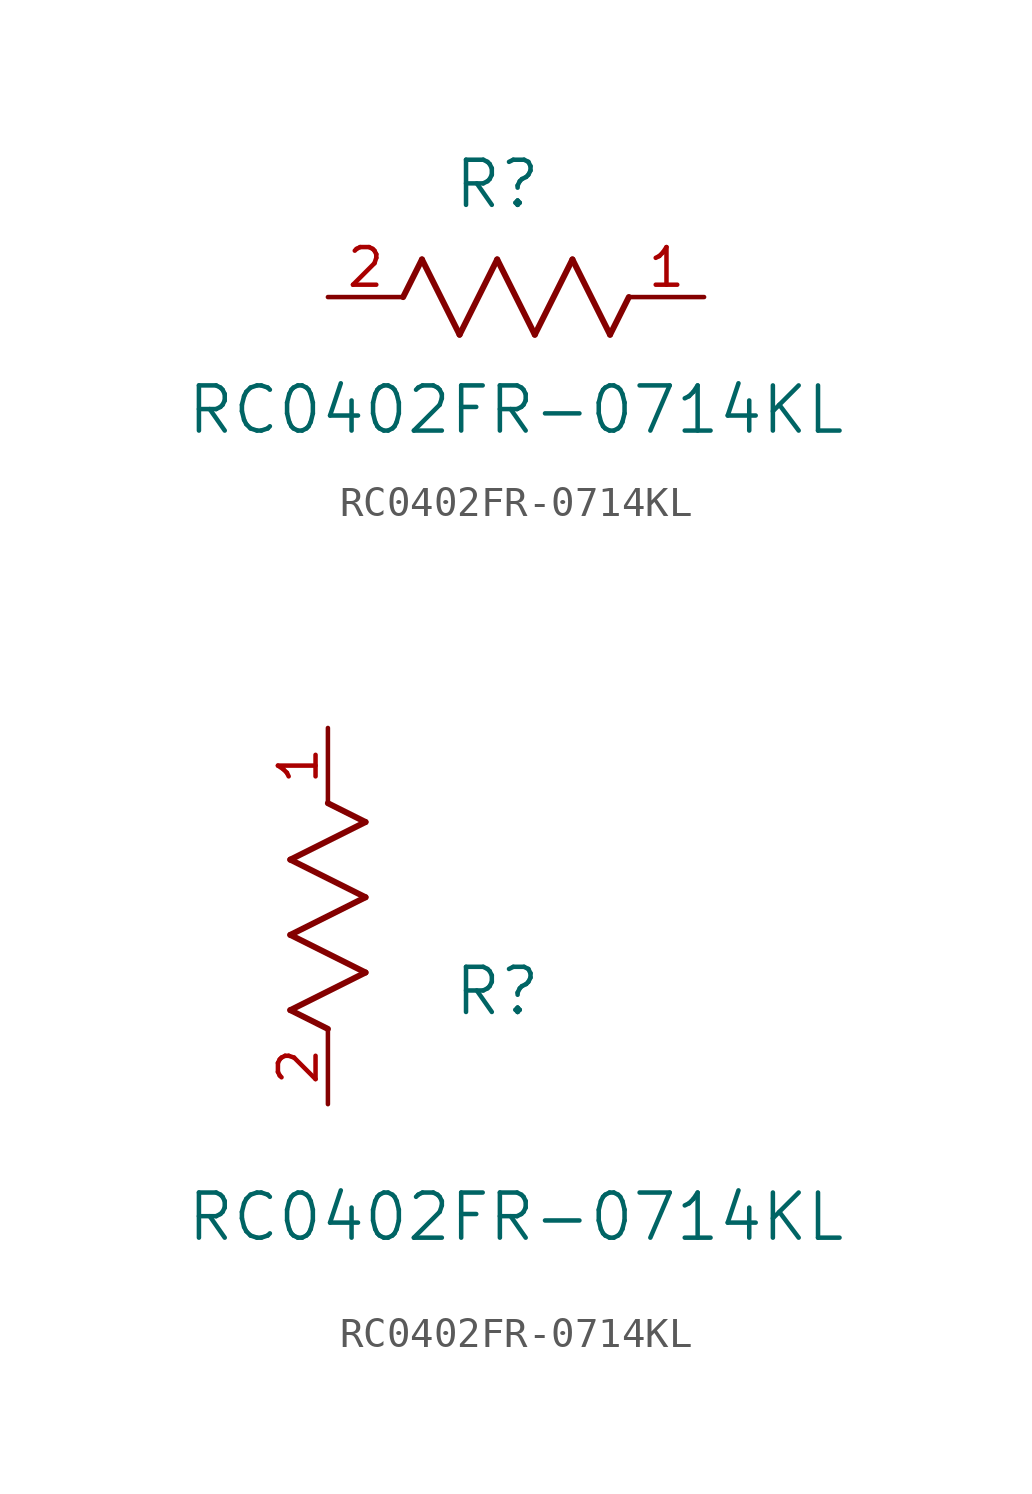
<source format=kicad_sym>
(kicad_symbol_lib
  (version 20211014)
  (generator kicad_symbol_editor)
  (symbol "RC0402FR-0714KL"
    (pin_names
      (offset 0.254))
    (property "Reference" "R"
      (at 5.715 3.81 0)
      (effects (font (size 1.524 1.524))))
    (property "Value" "RC0402FR-0714KL"
      (at 6.35 -3.81 0)
      (effects (font (size 1.524 1.524))))
    (symbol "RC0402FR-0714KL_1_1"
      (polyline (pts (xy 3.175 1.27) (xy 4.445 -1.27)) (stroke (width 0.203) (type default) (color 0 0 0 0)) (fill (type none)))
      (polyline (pts (xy 4.445 -1.27) (xy 5.715 1.27)) (stroke (width 0.203) (type default) (color 0 0 0 0)) (fill (type none)))
      (polyline (pts (xy 5.715 1.27) (xy 6.985 -1.27)) (stroke (width 0.203) (type default) (color 0 0 0 0)) (fill (type none)))
      (polyline (pts (xy 6.985 -1.27) (xy 8.255 1.27)) (stroke (width 0.203) (type default) (color 0 0 0 0)) (fill (type none)))
      (polyline (pts (xy 8.255 1.27) (xy 9.525 -1.27)) (stroke (width 0.203) (type default) (color 0 0 0 0)) (fill (type none)))
      (polyline (pts (xy 2.54 0) (xy 3.175 1.27)) (stroke (width 0.203) (type default) (color 0 0 0 0)) (fill (type none)))
      (polyline (pts (xy 9.525 -1.27) (xy 10.16 0)) (stroke (width 0.203) (type default) (color 0 0 0 0)) (fill (type none)))
      (pin unspecified line (at 12.7 0 180) (length 2.54) (name "" (effects (font (size 1.27 1.27)))) (number "1" (effects (font (size 1.27 1.27)))))
      (pin unspecified line (at 0 0 0) (length 2.54) (name "" (effects (font (size 1.27 1.27)))) (number "2" (effects (font (size 1.27 1.27))))))
    (symbol "RC0402FR-0714KL_1_2"
      (polyline (pts (xy 0 2.54) (xy -1.27 3.175)) (stroke (width 0.203) (type default) (color 0 0 0 0)) (fill (type none)))
      (polyline (pts (xy -1.27 3.175) (xy 1.27 4.445)) (stroke (width 0.203) (type default) (color 0 0 0 0)) (fill (type none)))
      (polyline (pts (xy 1.27 4.445) (xy -1.27 5.715)) (stroke (width 0.203) (type default) (color 0 0 0 0)) (fill (type none)))
      (polyline (pts (xy -1.27 5.715) (xy 1.27 6.985)) (stroke (width 0.203) (type default) (color 0 0 0 0)) (fill (type none)))
      (polyline (pts (xy -1.27 8.255) (xy 1.27 9.525)) (stroke (width 0.203) (type default) (color 0 0 0 0)) (fill (type none)))
      (polyline (pts (xy 1.27 9.525) (xy 0 10.16)) (stroke (width 0.203) (type default) (color 0 0 0 0)) (fill (type none)))
      (polyline (pts (xy 1.27 6.985) (xy -1.27 8.255)) (stroke (width 0.203) (type default) (color 0 0 0 0)) (fill (type none)))
      (pin unspecified line (at 0 12.7 270) (length 2.54) (name "" (effects (font (size 1.27 1.27)))) (number "1" (effects (font (size 1.27 1.27)))))
      (pin unspecified line (at 0 0 90) (length 2.54) (name "" (effects (font (size 1.27 1.27)))) (number "2" (effects (font (size 1.27 1.27))))))))
</source>
